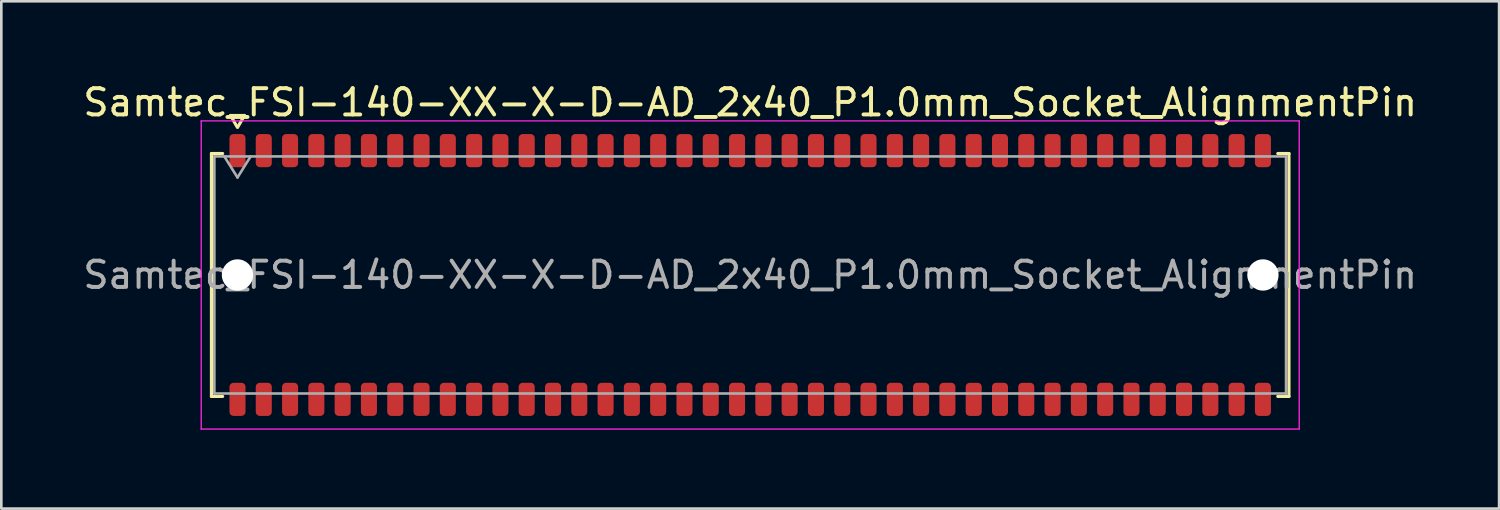
<source format=kicad_pcb>
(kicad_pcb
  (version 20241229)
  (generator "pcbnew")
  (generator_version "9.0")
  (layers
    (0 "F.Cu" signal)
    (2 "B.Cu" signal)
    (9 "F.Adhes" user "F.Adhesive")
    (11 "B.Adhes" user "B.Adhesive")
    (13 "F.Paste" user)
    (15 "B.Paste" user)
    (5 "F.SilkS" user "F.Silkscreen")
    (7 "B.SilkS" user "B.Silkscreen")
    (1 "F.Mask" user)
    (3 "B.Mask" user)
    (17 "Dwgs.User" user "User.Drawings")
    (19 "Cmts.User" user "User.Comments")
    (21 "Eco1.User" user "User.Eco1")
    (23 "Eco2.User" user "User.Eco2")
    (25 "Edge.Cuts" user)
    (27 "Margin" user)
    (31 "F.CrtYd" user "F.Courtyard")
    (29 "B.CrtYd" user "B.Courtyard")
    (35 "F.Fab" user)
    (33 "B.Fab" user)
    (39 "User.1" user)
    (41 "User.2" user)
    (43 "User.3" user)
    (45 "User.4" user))
  (footprint "Samtec_FSI-140-XX-X-D-AD_2x40_P1.0mm_Socket_AlignmentPin"
    (layer "F.Cu")
    (at 25.482 7.408)
    (property "Reference" "Samtec_FSI-140-XX-X-D-AD_2x40_P1.0mm_Socket_AlignmentPin" (at 0 -6.56 0) (layer "F.SilkS") (effects (font (size 1 1) (thickness 0.15))))
    (attr smd)
    (fp_line (start -20.49 -4.619) (end -20.065 -4.619) (stroke (width 0.12) (type solid)) (layer "F.SilkS"))
    (fp_line (start -20.49 4.619) (end -20.49 -4.619) (stroke (width 0.12) (type solid)) (layer "F.SilkS"))
    (fp_line (start -20.065 4.619) (end -20.49 4.619) (stroke (width 0.12) (type solid)) (layer "F.SilkS"))
    (fp_line (start -19.764 -6.066) (end -19.507 -5.62) (stroke (width 0.12) (type solid)) (layer "F.SilkS"))
    (fp_line (start -19.493 -5.62) (end -19.236 -6.066) (stroke (width 0.12) (type solid)) (layer "F.SilkS"))
    (fp_line (start -19.236 -6.066) (end -19.764 -6.066) (stroke (width 0.12) (type solid)) (layer "F.SilkS"))
    (fp_line (start 20.065 -4.619) (end 20.49 -4.619) (stroke (width 0.12) (type solid)) (layer "F.SilkS"))
    (fp_line (start 20.49 -4.619) (end 20.49 4.619) (stroke (width 0.12) (type solid)) (layer "F.SilkS"))
    (fp_line (start 20.49 4.619) (end 20.065 4.619) (stroke (width 0.12) (type solid)) (layer "F.SilkS"))
    (fp_line (start -20.88 -5.86) (end -20.88 5.86) (stroke (width 0.05) (type solid)) (layer "F.CrtYd"))
    (fp_line (start -20.88 5.86) (end 20.88 5.86) (stroke (width 0.05) (type solid)) (layer "F.CrtYd"))
    (fp_line (start 20.88 -5.86) (end -20.88 -5.86) (stroke (width 0.05) (type solid)) (layer "F.CrtYd"))
    (fp_line (start 20.88 5.86) (end 20.88 -5.86) (stroke (width 0.05) (type solid)) (layer "F.CrtYd"))
    (fp_line (start -20.38 -4.508) (end 20.38 -4.508) (stroke (width 0.1) (type solid)) (layer "F.Fab"))
    (fp_line (start -20.38 4.508) (end -20.38 -4.508) (stroke (width 0.1) (type solid)) (layer "F.Fab"))
    (fp_line (start -20 -4.508) (end -19.5 -3.708) (stroke (width 0.1) (type solid)) (layer "F.Fab"))
    (fp_line (start -19.5 -3.708) (end -19 -4.508) (stroke (width 0.1) (type solid)) (layer "F.Fab"))
    (fp_line (start 20.38 -4.508) (end 20.38 4.508) (stroke (width 0.1) (type solid)) (layer "F.Fab"))
    (fp_line (start 20.38 4.508) (end -20.38 4.508) (stroke (width 0.1) (type solid)) (layer "F.Fab"))
    (fp_text user "${REFERENCE}" (at 0 0 0) (layer "F.Fab") (effects (font (size 1 1) (thickness 0.15))))
    (pad "" np_thru_hole circle (at -19.5 0) (size 1.19 1.19) (drill 1.19) (layers "*.Cu" "*.Mask"))
    (pad "" np_thru_hole circle (at 19.5 0) (size 1.19 1.19) (drill 1.19) (layers "*.Cu" "*.Mask"))
    (pad "1" smd roundrect (at -19.5 -4.73) (size 0.61 1.26) (layers "F.Cu" "F.Mask" "F.Paste") (roundrect_rratio 0.25))
    (pad "2" smd roundrect (at -19.5 4.73) (size 0.61 1.26) (layers "F.Cu" "F.Mask" "F.Paste") (roundrect_rratio 0.25))
    (pad "3" smd roundrect (at -18.5 -4.73) (size 0.61 1.26) (layers "F.Cu" "F.Mask" "F.Paste") (roundrect_rratio 0.25))
    (pad "4" smd roundrect (at -18.5 4.73) (size 0.61 1.26) (layers "F.Cu" "F.Mask" "F.Paste") (roundrect_rratio 0.25))
    (pad "5" smd roundrect (at -17.5 -4.73) (size 0.61 1.26) (layers "F.Cu" "F.Mask" "F.Paste") (roundrect_rratio 0.25))
    (pad "6" smd roundrect (at -17.5 4.73) (size 0.61 1.26) (layers "F.Cu" "F.Mask" "F.Paste") (roundrect_rratio 0.25))
    (pad "7" smd roundrect (at -16.5 -4.73) (size 0.61 1.26) (layers "F.Cu" "F.Mask" "F.Paste") (roundrect_rratio 0.25))
    (pad "8" smd roundrect (at -16.5 4.73) (size 0.61 1.26) (layers "F.Cu" "F.Mask" "F.Paste") (roundrect_rratio 0.25))
    (pad "9" smd roundrect (at -15.5 -4.73) (size 0.61 1.26) (layers "F.Cu" "F.Mask" "F.Paste") (roundrect_rratio 0.25))
    (pad "10" smd roundrect (at -15.5 4.73) (size 0.61 1.26) (layers "F.Cu" "F.Mask" "F.Paste") (roundrect_rratio 0.25))
    (pad "11" smd roundrect (at -14.5 -4.73) (size 0.61 1.26) (layers "F.Cu" "F.Mask" "F.Paste") (roundrect_rratio 0.25))
    (pad "12" smd roundrect (at -14.5 4.73) (size 0.61 1.26) (layers "F.Cu" "F.Mask" "F.Paste") (roundrect_rratio 0.25))
    (pad "13" smd roundrect (at -13.5 -4.73) (size 0.61 1.26) (layers "F.Cu" "F.Mask" "F.Paste") (roundrect_rratio 0.25))
    (pad "14" smd roundrect (at -13.5 4.73) (size 0.61 1.26) (layers "F.Cu" "F.Mask" "F.Paste") (roundrect_rratio 0.25))
    (pad "15" smd roundrect (at -12.5 -4.73) (size 0.61 1.26) (layers "F.Cu" "F.Mask" "F.Paste") (roundrect_rratio 0.25))
    (pad "16" smd roundrect (at -12.5 4.73) (size 0.61 1.26) (layers "F.Cu" "F.Mask" "F.Paste") (roundrect_rratio 0.25))
    (pad "17" smd roundrect (at -11.5 -4.73) (size 0.61 1.26) (layers "F.Cu" "F.Mask" "F.Paste") (roundrect_rratio 0.25))
    (pad "18" smd roundrect (at -11.5 4.73) (size 0.61 1.26) (layers "F.Cu" "F.Mask" "F.Paste") (roundrect_rratio 0.25))
    (pad "19" smd roundrect (at -10.5 -4.73) (size 0.61 1.26) (layers "F.Cu" "F.Mask" "F.Paste") (roundrect_rratio 0.25))
    (pad "20" smd roundrect (at -10.5 4.73) (size 0.61 1.26) (layers "F.Cu" "F.Mask" "F.Paste") (roundrect_rratio 0.25))
    (pad "21" smd roundrect (at -9.5 -4.73) (size 0.61 1.26) (layers "F.Cu" "F.Mask" "F.Paste") (roundrect_rratio 0.25))
    (pad "22" smd roundrect (at -9.5 4.73) (size 0.61 1.26) (layers "F.Cu" "F.Mask" "F.Paste") (roundrect_rratio 0.25))
    (pad "23" smd roundrect (at -8.5 -4.73) (size 0.61 1.26) (layers "F.Cu" "F.Mask" "F.Paste") (roundrect_rratio 0.25))
    (pad "24" smd roundrect (at -8.5 4.73) (size 0.61 1.26) (layers "F.Cu" "F.Mask" "F.Paste") (roundrect_rratio 0.25))
    (pad "25" smd roundrect (at -7.5 -4.73) (size 0.61 1.26) (layers "F.Cu" "F.Mask" "F.Paste") (roundrect_rratio 0.25))
    (pad "26" smd roundrect (at -7.5 4.73) (size 0.61 1.26) (layers "F.Cu" "F.Mask" "F.Paste") (roundrect_rratio 0.25))
    (pad "27" smd roundrect (at -6.5 -4.73) (size 0.61 1.26) (layers "F.Cu" "F.Mask" "F.Paste") (roundrect_rratio 0.25))
    (pad "28" smd roundrect (at -6.5 4.73) (size 0.61 1.26) (layers "F.Cu" "F.Mask" "F.Paste") (roundrect_rratio 0.25))
    (pad "29" smd roundrect (at -5.5 -4.73) (size 0.61 1.26) (layers "F.Cu" "F.Mask" "F.Paste") (roundrect_rratio 0.25))
    (pad "30" smd roundrect (at -5.5 4.73) (size 0.61 1.26) (layers "F.Cu" "F.Mask" "F.Paste") (roundrect_rratio 0.25))
    (pad "31" smd roundrect (at -4.5 -4.73) (size 0.61 1.26) (layers "F.Cu" "F.Mask" "F.Paste") (roundrect_rratio 0.25))
    (pad "32" smd roundrect (at -4.5 4.73) (size 0.61 1.26) (layers "F.Cu" "F.Mask" "F.Paste") (roundrect_rratio 0.25))
    (pad "33" smd roundrect (at -3.5 -4.73) (size 0.61 1.26) (layers "F.Cu" "F.Mask" "F.Paste") (roundrect_rratio 0.25))
    (pad "34" smd roundrect (at -3.5 4.73) (size 0.61 1.26) (layers "F.Cu" "F.Mask" "F.Paste") (roundrect_rratio 0.25))
    (pad "35" smd roundrect (at -2.5 -4.73) (size 0.61 1.26) (layers "F.Cu" "F.Mask" "F.Paste") (roundrect_rratio 0.25))
    (pad "36" smd roundrect (at -2.5 4.73) (size 0.61 1.26) (layers "F.Cu" "F.Mask" "F.Paste") (roundrect_rratio 0.25))
    (pad "37" smd roundrect (at -1.5 -4.73) (size 0.61 1.26) (layers "F.Cu" "F.Mask" "F.Paste") (roundrect_rratio 0.25))
    (pad "38" smd roundrect (at -1.5 4.73) (size 0.61 1.26) (layers "F.Cu" "F.Mask" "F.Paste") (roundrect_rratio 0.25))
    (pad "39" smd roundrect (at -0.5 -4.73) (size 0.61 1.26) (layers "F.Cu" "F.Mask" "F.Paste") (roundrect_rratio 0.25))
    (pad "40" smd roundrect (at -0.5 4.73) (size 0.61 1.26) (layers "F.Cu" "F.Mask" "F.Paste") (roundrect_rratio 0.25))
    (pad "41" smd roundrect (at 0.5 -4.73) (size 0.61 1.26) (layers "F.Cu" "F.Mask" "F.Paste") (roundrect_rratio 0.25))
    (pad "42" smd roundrect (at 0.5 4.73) (size 0.61 1.26) (layers "F.Cu" "F.Mask" "F.Paste") (roundrect_rratio 0.25))
    (pad "43" smd roundrect (at 1.5 -4.73) (size 0.61 1.26) (layers "F.Cu" "F.Mask" "F.Paste") (roundrect_rratio 0.25))
    (pad "44" smd roundrect (at 1.5 4.73) (size 0.61 1.26) (layers "F.Cu" "F.Mask" "F.Paste") (roundrect_rratio 0.25))
    (pad "45" smd roundrect (at 2.5 -4.73) (size 0.61 1.26) (layers "F.Cu" "F.Mask" "F.Paste") (roundrect_rratio 0.25))
    (pad "46" smd roundrect (at 2.5 4.73) (size 0.61 1.26) (layers "F.Cu" "F.Mask" "F.Paste") (roundrect_rratio 0.25))
    (pad "47" smd roundrect (at 3.5 -4.73) (size 0.61 1.26) (layers "F.Cu" "F.Mask" "F.Paste") (roundrect_rratio 0.25))
    (pad "48" smd roundrect (at 3.5 4.73) (size 0.61 1.26) (layers "F.Cu" "F.Mask" "F.Paste") (roundrect_rratio 0.25))
    (pad "49" smd roundrect (at 4.5 -4.73) (size 0.61 1.26) (layers "F.Cu" "F.Mask" "F.Paste") (roundrect_rratio 0.25))
    (pad "50" smd roundrect (at 4.5 4.73) (size 0.61 1.26) (layers "F.Cu" "F.Mask" "F.Paste") (roundrect_rratio 0.25))
    (pad "51" smd roundrect (at 5.5 -4.73) (size 0.61 1.26) (layers "F.Cu" "F.Mask" "F.Paste") (roundrect_rratio 0.25))
    (pad "52" smd roundrect (at 5.5 4.73) (size 0.61 1.26) (layers "F.Cu" "F.Mask" "F.Paste") (roundrect_rratio 0.25))
    (pad "53" smd roundrect (at 6.5 -4.73) (size 0.61 1.26) (layers "F.Cu" "F.Mask" "F.Paste") (roundrect_rratio 0.25))
    (pad "54" smd roundrect (at 6.5 4.73) (size 0.61 1.26) (layers "F.Cu" "F.Mask" "F.Paste") (roundrect_rratio 0.25))
    (pad "55" smd roundrect (at 7.5 -4.73) (size 0.61 1.26) (layers "F.Cu" "F.Mask" "F.Paste") (roundrect_rratio 0.25))
    (pad "56" smd roundrect (at 7.5 4.73) (size 0.61 1.26) (layers "F.Cu" "F.Mask" "F.Paste") (roundrect_rratio 0.25))
    (pad "57" smd roundrect (at 8.5 -4.73) (size 0.61 1.26) (layers "F.Cu" "F.Mask" "F.Paste") (roundrect_rratio 0.25))
    (pad "58" smd roundrect (at 8.5 4.73) (size 0.61 1.26) (layers "F.Cu" "F.Mask" "F.Paste") (roundrect_rratio 0.25))
    (pad "59" smd roundrect (at 9.5 -4.73) (size 0.61 1.26) (layers "F.Cu" "F.Mask" "F.Paste") (roundrect_rratio 0.25))
    (pad "60" smd roundrect (at 9.5 4.73) (size 0.61 1.26) (layers "F.Cu" "F.Mask" "F.Paste") (roundrect_rratio 0.25))
    (pad "61" smd roundrect (at 10.5 -4.73) (size 0.61 1.26) (layers "F.Cu" "F.Mask" "F.Paste") (roundrect_rratio 0.25))
    (pad "62" smd roundrect (at 10.5 4.73) (size 0.61 1.26) (layers "F.Cu" "F.Mask" "F.Paste") (roundrect_rratio 0.25))
    (pad "63" smd roundrect (at 11.5 -4.73) (size 0.61 1.26) (layers "F.Cu" "F.Mask" "F.Paste") (roundrect_rratio 0.25))
    (pad "64" smd roundrect (at 11.5 4.73) (size 0.61 1.26) (layers "F.Cu" "F.Mask" "F.Paste") (roundrect_rratio 0.25))
    (pad "65" smd roundrect (at 12.5 -4.73) (size 0.61 1.26) (layers "F.Cu" "F.Mask" "F.Paste") (roundrect_rratio 0.25))
    (pad "66" smd roundrect (at 12.5 4.73) (size 0.61 1.26) (layers "F.Cu" "F.Mask" "F.Paste") (roundrect_rratio 0.25))
    (pad "67" smd roundrect (at 13.5 -4.73) (size 0.61 1.26) (layers "F.Cu" "F.Mask" "F.Paste") (roundrect_rratio 0.25))
    (pad "68" smd roundrect (at 13.5 4.73) (size 0.61 1.26) (layers "F.Cu" "F.Mask" "F.Paste") (roundrect_rratio 0.25))
    (pad "69" smd roundrect (at 14.5 -4.73) (size 0.61 1.26) (layers "F.Cu" "F.Mask" "F.Paste") (roundrect_rratio 0.25))
    (pad "70" smd roundrect (at 14.5 4.73) (size 0.61 1.26) (layers "F.Cu" "F.Mask" "F.Paste") (roundrect_rratio 0.25))
    (pad "71" smd roundrect (at 15.5 -4.73) (size 0.61 1.26) (layers "F.Cu" "F.Mask" "F.Paste") (roundrect_rratio 0.25))
    (pad "72" smd roundrect (at 15.5 4.73) (size 0.61 1.26) (layers "F.Cu" "F.Mask" "F.Paste") (roundrect_rratio 0.25))
    (pad "73" smd roundrect (at 16.5 -4.73) (size 0.61 1.26) (layers "F.Cu" "F.Mask" "F.Paste") (roundrect_rratio 0.25))
    (pad "74" smd roundrect (at 16.5 4.73) (size 0.61 1.26) (layers "F.Cu" "F.Mask" "F.Paste") (roundrect_rratio 0.25))
    (pad "75" smd roundrect (at 17.5 -4.73) (size 0.61 1.26) (layers "F.Cu" "F.Mask" "F.Paste") (roundrect_rratio 0.25))
    (pad "76" smd roundrect (at 17.5 4.73) (size 0.61 1.26) (layers "F.Cu" "F.Mask" "F.Paste") (roundrect_rratio 0.25))
    (pad "77" smd roundrect (at 18.5 -4.73) (size 0.61 1.26) (layers "F.Cu" "F.Mask" "F.Paste") (roundrect_rratio 0.25))
    (pad "78" smd roundrect (at 18.5 4.73) (size 0.61 1.26) (layers "F.Cu" "F.Mask" "F.Paste") (roundrect_rratio 0.25))
    (pad "79" smd roundrect (at 19.5 -4.73) (size 0.61 1.26) (layers "F.Cu" "F.Mask" "F.Paste") (roundrect_rratio 0.25))
    (pad "80" smd roundrect (at 19.5 4.73) (size 0.61 1.26) (layers "F.Cu" "F.Mask" "F.Paste") (roundrect_rratio 0.25)))
  (gr_rect
    (start -3 -3)
    (end 53.964 16.293)
    (stroke (width 0.1) (type default))
    (fill no)
    (layer "Edge.Cuts")))
</source>
